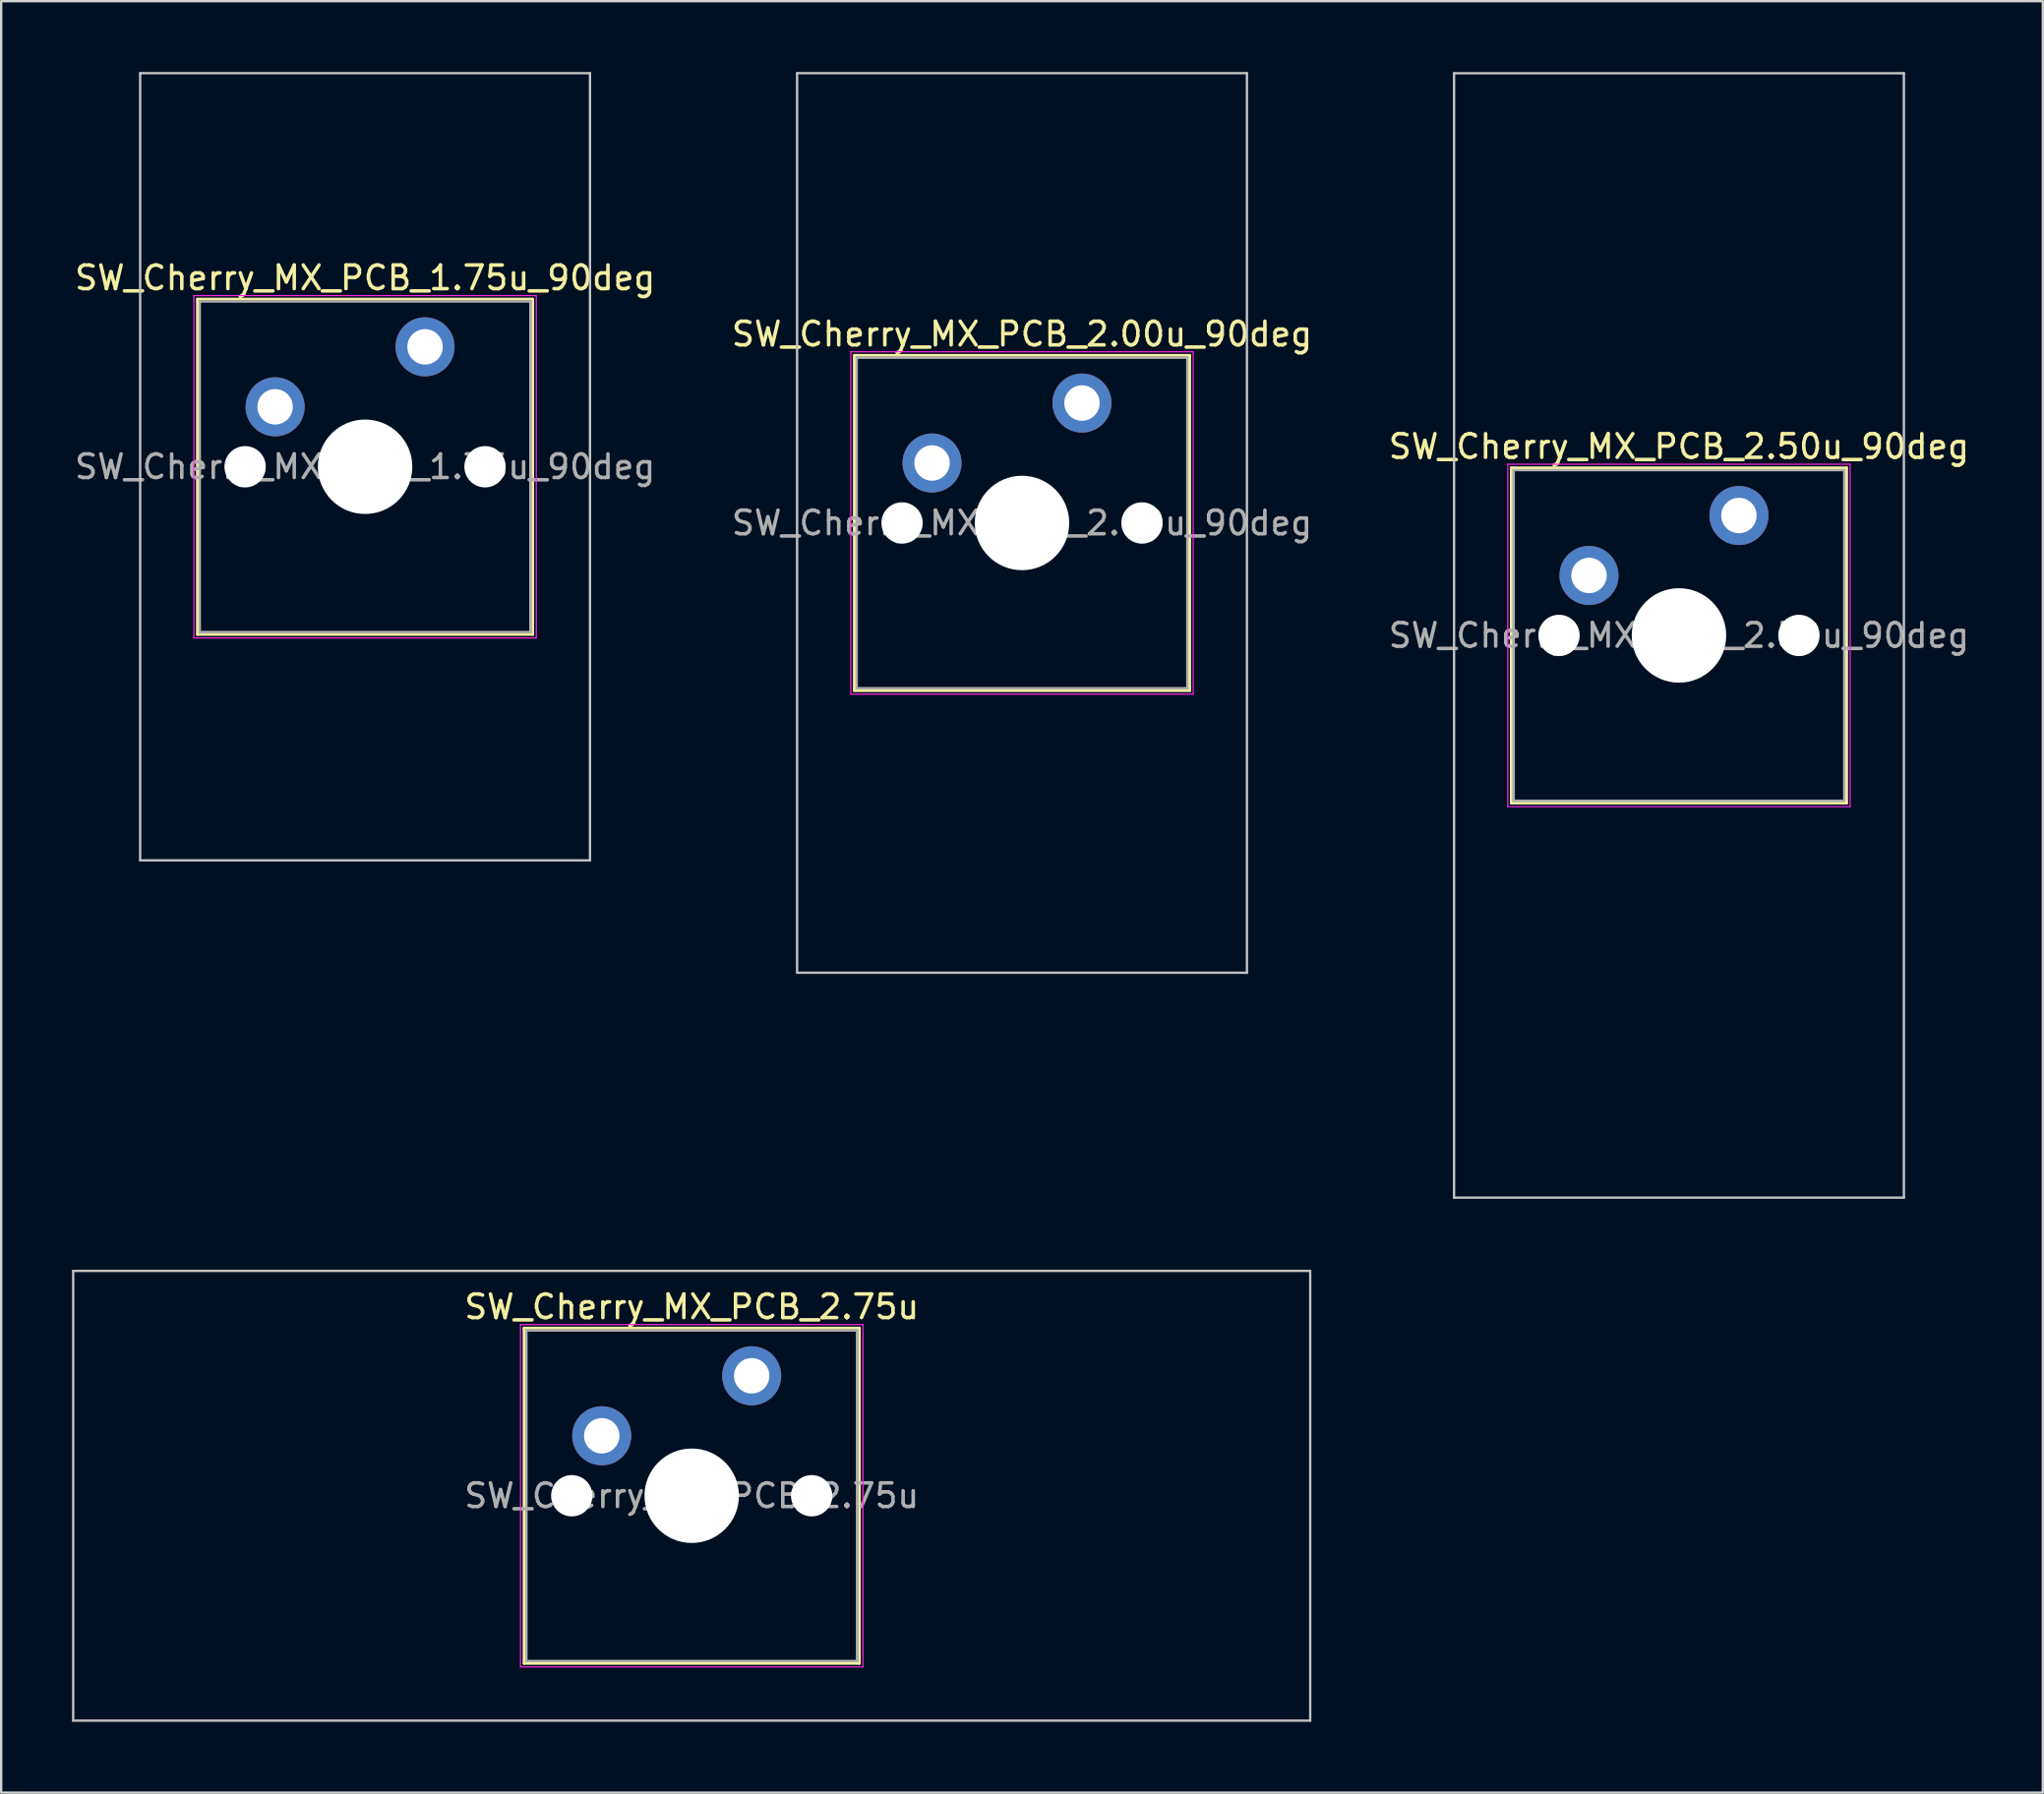
<source format=kicad_pcb>
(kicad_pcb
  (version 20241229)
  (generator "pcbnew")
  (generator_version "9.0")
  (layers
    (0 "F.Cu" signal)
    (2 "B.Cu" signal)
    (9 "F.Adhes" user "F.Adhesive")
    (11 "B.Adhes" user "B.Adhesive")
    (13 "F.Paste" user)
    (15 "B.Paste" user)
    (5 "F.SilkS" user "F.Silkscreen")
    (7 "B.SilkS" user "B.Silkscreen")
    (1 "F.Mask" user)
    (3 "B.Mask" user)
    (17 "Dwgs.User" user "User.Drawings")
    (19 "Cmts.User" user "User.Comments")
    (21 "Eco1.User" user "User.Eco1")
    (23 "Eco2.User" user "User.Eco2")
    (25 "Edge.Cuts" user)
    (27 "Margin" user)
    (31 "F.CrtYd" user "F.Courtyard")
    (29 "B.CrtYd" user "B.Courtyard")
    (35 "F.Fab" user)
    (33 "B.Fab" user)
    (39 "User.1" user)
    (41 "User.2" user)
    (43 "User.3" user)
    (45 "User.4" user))
  (footprint "SW_Cherry_MX_PCB_2.50u_90deg"
    (layer "F.Cu")
    (at 68.054 23.863)
    (property "Reference" "SW_Cherry_MX_PCB_2.50u_90deg" (at 0 -8 0) (layer "F.SilkS") (effects (font (size 1 1) (thickness 0.15))))
    (attr through_hole)
    (fp_line (start -7.1 -7.1) (end -7.1 7.1) (stroke (width 0.12) (type solid)) (layer "F.SilkS"))
    (fp_line (start -7.1 7.1) (end 7.1 7.1) (stroke (width 0.12) (type solid)) (layer "F.SilkS"))
    (fp_line (start 7.1 -7.1) (end -7.1 -7.1) (stroke (width 0.12) (type solid)) (layer "F.SilkS"))
    (fp_line (start 7.1 7.1) (end 7.1 -7.1) (stroke (width 0.12) (type solid)) (layer "F.SilkS"))
    (fp_line (start -9.525 -23.812) (end 9.525 -23.812) (stroke (width 0.1) (type solid)) (layer "Dwgs.User"))
    (fp_line (start -9.525 23.812) (end -9.525 -23.812) (stroke (width 0.1) (type solid)) (layer "Dwgs.User"))
    (fp_line (start 9.525 -23.812) (end 9.525 23.812) (stroke (width 0.1) (type solid)) (layer "Dwgs.User"))
    (fp_line (start 9.525 23.812) (end -9.525 23.812) (stroke (width 0.1) (type solid)) (layer "Dwgs.User"))
    (fp_line (start -7 -7) (end -7 7) (stroke (width 0.1) (type solid)) (layer "Eco1.User"))
    (fp_line (start -7 7) (end 7 7) (stroke (width 0.1) (type solid)) (layer "Eco1.User"))
    (fp_line (start 7 -7) (end -7 -7) (stroke (width 0.1) (type solid)) (layer "Eco1.User"))
    (fp_line (start 7 7) (end 7 -7) (stroke (width 0.1) (type solid)) (layer "Eco1.User"))
    (fp_line (start -7.25 -7.25) (end -7.25 7.25) (stroke (width 0.05) (type solid)) (layer "F.CrtYd"))
    (fp_line (start -7.25 7.25) (end 7.25 7.25) (stroke (width 0.05) (type solid)) (layer "F.CrtYd"))
    (fp_line (start 7.25 -7.25) (end -7.25 -7.25) (stroke (width 0.05) (type solid)) (layer "F.CrtYd"))
    (fp_line (start 7.25 7.25) (end 7.25 -7.25) (stroke (width 0.05) (type solid)) (layer "F.CrtYd"))
    (fp_line (start -7 -7) (end -7 7) (stroke (width 0.1) (type solid)) (layer "F.Fab"))
    (fp_line (start -7 7) (end 7 7) (stroke (width 0.1) (type solid)) (layer "F.Fab"))
    (fp_line (start 7 -7) (end -7 -7) (stroke (width 0.1) (type solid)) (layer "F.Fab"))
    (fp_line (start 7 7) (end 7 -7) (stroke (width 0.1) (type solid)) (layer "F.Fab"))
    (fp_text user "${REFERENCE}" (at 0 0 0) (layer "F.Fab") (effects (font (size 1 1) (thickness 0.15))))
    (pad "" np_thru_hole circle (at -5.08 0) (size 1.75 1.75) (drill 1.75) (layers "*.Cu" "*.Mask"))
    (pad "" np_thru_hole circle (at 0 0) (size 4 4) (drill 4) (layers "*.Cu" "*.Mask"))
    (pad "" np_thru_hole circle (at 5.08 0) (size 1.75 1.75) (drill 1.75) (layers "*.Cu" "*.Mask"))
    (pad "1" thru_hole circle (at -3.81 -2.54) (size 2.5 2.5) (drill 1.5) (layers "*.Cu" "*.Mask"))
    (pad "2" thru_hole circle (at 2.54 -5.08) (size 2.5 2.5) (drill 1.5) (layers "*.Cu" "*.Mask")))
  (footprint "SW_Cherry_MX_PCB_1.75u_90deg"
    (layer "F.Cu")
    (at 12.411 16.719)
    (property "Reference" "SW_Cherry_MX_PCB_1.75u_90deg" (at 0 -8 0) (layer "F.SilkS") (effects (font (size 1 1) (thickness 0.15))))
    (attr through_hole)
    (fp_line (start -7.1 -7.1) (end -7.1 7.1) (stroke (width 0.12) (type solid)) (layer "F.SilkS"))
    (fp_line (start -7.1 7.1) (end 7.1 7.1) (stroke (width 0.12) (type solid)) (layer "F.SilkS"))
    (fp_line (start 7.1 -7.1) (end -7.1 -7.1) (stroke (width 0.12) (type solid)) (layer "F.SilkS"))
    (fp_line (start 7.1 7.1) (end 7.1 -7.1) (stroke (width 0.12) (type solid)) (layer "F.SilkS"))
    (fp_line (start -9.525 -16.669) (end 9.525 -16.669) (stroke (width 0.1) (type solid)) (layer "Dwgs.User"))
    (fp_line (start -9.525 16.669) (end -9.525 -16.669) (stroke (width 0.1) (type solid)) (layer "Dwgs.User"))
    (fp_line (start 9.525 -16.669) (end 9.525 16.669) (stroke (width 0.1) (type solid)) (layer "Dwgs.User"))
    (fp_line (start 9.525 16.669) (end -9.525 16.669) (stroke (width 0.1) (type solid)) (layer "Dwgs.User"))
    (fp_line (start -7 -7) (end -7 7) (stroke (width 0.1) (type solid)) (layer "Eco1.User"))
    (fp_line (start -7 7) (end 7 7) (stroke (width 0.1) (type solid)) (layer "Eco1.User"))
    (fp_line (start 7 -7) (end -7 -7) (stroke (width 0.1) (type solid)) (layer "Eco1.User"))
    (fp_line (start 7 7) (end 7 -7) (stroke (width 0.1) (type solid)) (layer "Eco1.User"))
    (fp_line (start -7.25 -7.25) (end -7.25 7.25) (stroke (width 0.05) (type solid)) (layer "F.CrtYd"))
    (fp_line (start -7.25 7.25) (end 7.25 7.25) (stroke (width 0.05) (type solid)) (layer "F.CrtYd"))
    (fp_line (start 7.25 -7.25) (end -7.25 -7.25) (stroke (width 0.05) (type solid)) (layer "F.CrtYd"))
    (fp_line (start 7.25 7.25) (end 7.25 -7.25) (stroke (width 0.05) (type solid)) (layer "F.CrtYd"))
    (fp_line (start -7 -7) (end -7 7) (stroke (width 0.1) (type solid)) (layer "F.Fab"))
    (fp_line (start -7 7) (end 7 7) (stroke (width 0.1) (type solid)) (layer "F.Fab"))
    (fp_line (start 7 -7) (end -7 -7) (stroke (width 0.1) (type solid)) (layer "F.Fab"))
    (fp_line (start 7 7) (end 7 -7) (stroke (width 0.1) (type solid)) (layer "F.Fab"))
    (fp_text user "${REFERENCE}" (at 0 0 0) (layer "F.Fab") (effects (font (size 1 1) (thickness 0.15))))
    (pad "" np_thru_hole circle (at -5.08 0) (size 1.75 1.75) (drill 1.75) (layers "*.Cu" "*.Mask"))
    (pad "" np_thru_hole circle (at 0 0) (size 4 4) (drill 4) (layers "*.Cu" "*.Mask"))
    (pad "" np_thru_hole circle (at 5.08 0) (size 1.75 1.75) (drill 1.75) (layers "*.Cu" "*.Mask"))
    (pad "1" thru_hole circle (at -3.81 -2.54) (size 2.5 2.5) (drill 1.5) (layers "*.Cu" "*.Mask"))
    (pad "2" thru_hole circle (at 2.54 -5.08) (size 2.5 2.5) (drill 1.5) (layers "*.Cu" "*.Mask")))
  (footprint "SW_Cherry_MX_PCB_2.75u"
    (layer "F.Cu")
    (at 26.244 60.3)
    (property "Reference" "SW_Cherry_MX_PCB_2.75u" (at 0 -8 0) (layer "F.SilkS") (effects (font (size 1 1) (thickness 0.15))))
    (attr through_hole)
    (fp_line (start -7.1 -7.1) (end -7.1 7.1) (stroke (width 0.12) (type solid)) (layer "F.SilkS"))
    (fp_line (start -7.1 7.1) (end 7.1 7.1) (stroke (width 0.12) (type solid)) (layer "F.SilkS"))
    (fp_line (start 7.1 -7.1) (end -7.1 -7.1) (stroke (width 0.12) (type solid)) (layer "F.SilkS"))
    (fp_line (start 7.1 7.1) (end 7.1 -7.1) (stroke (width 0.12) (type solid)) (layer "F.SilkS"))
    (fp_line (start -26.194 -9.525) (end -26.194 9.525) (stroke (width 0.1) (type solid)) (layer "Dwgs.User"))
    (fp_line (start -26.194 9.525) (end 26.194 9.525) (stroke (width 0.1) (type solid)) (layer "Dwgs.User"))
    (fp_line (start 26.194 -9.525) (end -26.194 -9.525) (stroke (width 0.1) (type solid)) (layer "Dwgs.User"))
    (fp_line (start 26.194 9.525) (end 26.194 -9.525) (stroke (width 0.1) (type solid)) (layer "Dwgs.User"))
    (fp_line (start -7 -7) (end -7 7) (stroke (width 0.1) (type solid)) (layer "Eco1.User"))
    (fp_line (start -7 7) (end 7 7) (stroke (width 0.1) (type solid)) (layer "Eco1.User"))
    (fp_line (start 7 -7) (end -7 -7) (stroke (width 0.1) (type solid)) (layer "Eco1.User"))
    (fp_line (start 7 7) (end 7 -7) (stroke (width 0.1) (type solid)) (layer "Eco1.User"))
    (fp_line (start -7.25 -7.25) (end -7.25 7.25) (stroke (width 0.05) (type solid)) (layer "F.CrtYd"))
    (fp_line (start -7.25 7.25) (end 7.25 7.25) (stroke (width 0.05) (type solid)) (layer "F.CrtYd"))
    (fp_line (start 7.25 -7.25) (end -7.25 -7.25) (stroke (width 0.05) (type solid)) (layer "F.CrtYd"))
    (fp_line (start 7.25 7.25) (end 7.25 -7.25) (stroke (width 0.05) (type solid)) (layer "F.CrtYd"))
    (fp_line (start -7 -7) (end -7 7) (stroke (width 0.1) (type solid)) (layer "F.Fab"))
    (fp_line (start -7 7) (end 7 7) (stroke (width 0.1) (type solid)) (layer "F.Fab"))
    (fp_line (start 7 -7) (end -7 -7) (stroke (width 0.1) (type solid)) (layer "F.Fab"))
    (fp_line (start 7 7) (end 7 -7) (stroke (width 0.1) (type solid)) (layer "F.Fab"))
    (fp_text user "${REFERENCE}" (at 0 0 0) (layer "F.Fab") (effects (font (size 1 1) (thickness 0.15))))
    (pad "" np_thru_hole circle (at -5.08 0) (size 1.75 1.75) (drill 1.75) (layers "*.Cu" "*.Mask"))
    (pad "" np_thru_hole circle (at 0 0) (size 4 4) (drill 4) (layers "*.Cu" "*.Mask"))
    (pad "" np_thru_hole circle (at 5.08 0) (size 1.75 1.75) (drill 1.75) (layers "*.Cu" "*.Mask"))
    (pad "1" thru_hole circle (at -3.81 -2.54) (size 2.5 2.5) (drill 1.5) (layers "*.Cu" "*.Mask"))
    (pad "2" thru_hole circle (at 2.54 -5.08) (size 2.5 2.5) (drill 1.5) (layers "*.Cu" "*.Mask")))
  (footprint "SW_Cherry_MX_PCB_2.00u_90deg"
    (layer "F.Cu")
    (at 40.232 19.1)
    (property "Reference" "SW_Cherry_MX_PCB_2.00u_90deg" (at 0 -8 0) (layer "F.SilkS") (effects (font (size 1 1) (thickness 0.15))))
    (attr through_hole)
    (fp_line (start -7.1 -7.1) (end -7.1 7.1) (stroke (width 0.12) (type solid)) (layer "F.SilkS"))
    (fp_line (start -7.1 7.1) (end 7.1 7.1) (stroke (width 0.12) (type solid)) (layer "F.SilkS"))
    (fp_line (start 7.1 -7.1) (end -7.1 -7.1) (stroke (width 0.12) (type solid)) (layer "F.SilkS"))
    (fp_line (start 7.1 7.1) (end 7.1 -7.1) (stroke (width 0.12) (type solid)) (layer "F.SilkS"))
    (fp_line (start -9.525 -19.05) (end 9.525 -19.05) (stroke (width 0.1) (type solid)) (layer "Dwgs.User"))
    (fp_line (start -9.525 19.05) (end -9.525 -19.05) (stroke (width 0.1) (type solid)) (layer "Dwgs.User"))
    (fp_line (start 9.525 -19.05) (end 9.525 19.05) (stroke (width 0.1) (type solid)) (layer "Dwgs.User"))
    (fp_line (start 9.525 19.05) (end -9.525 19.05) (stroke (width 0.1) (type solid)) (layer "Dwgs.User"))
    (fp_line (start -7 -7) (end -7 7) (stroke (width 0.1) (type solid)) (layer "Eco1.User"))
    (fp_line (start -7 7) (end 7 7) (stroke (width 0.1) (type solid)) (layer "Eco1.User"))
    (fp_line (start 7 -7) (end -7 -7) (stroke (width 0.1) (type solid)) (layer "Eco1.User"))
    (fp_line (start 7 7) (end 7 -7) (stroke (width 0.1) (type solid)) (layer "Eco1.User"))
    (fp_line (start -7.25 -7.25) (end -7.25 7.25) (stroke (width 0.05) (type solid)) (layer "F.CrtYd"))
    (fp_line (start -7.25 7.25) (end 7.25 7.25) (stroke (width 0.05) (type solid)) (layer "F.CrtYd"))
    (fp_line (start 7.25 -7.25) (end -7.25 -7.25) (stroke (width 0.05) (type solid)) (layer "F.CrtYd"))
    (fp_line (start 7.25 7.25) (end 7.25 -7.25) (stroke (width 0.05) (type solid)) (layer "F.CrtYd"))
    (fp_line (start -7 -7) (end -7 7) (stroke (width 0.1) (type solid)) (layer "F.Fab"))
    (fp_line (start -7 7) (end 7 7) (stroke (width 0.1) (type solid)) (layer "F.Fab"))
    (fp_line (start 7 -7) (end -7 -7) (stroke (width 0.1) (type solid)) (layer "F.Fab"))
    (fp_line (start 7 7) (end 7 -7) (stroke (width 0.1) (type solid)) (layer "F.Fab"))
    (fp_text user "${REFERENCE}" (at 0 0 0) (layer "F.Fab") (effects (font (size 1 1) (thickness 0.15))))
    (pad "" np_thru_hole circle (at -5.08 0) (size 1.75 1.75) (drill 1.75) (layers "*.Cu" "*.Mask"))
    (pad "" np_thru_hole circle (at 0 0) (size 4 4) (drill 4) (layers "*.Cu" "*.Mask"))
    (pad "" np_thru_hole circle (at 5.08 0) (size 1.75 1.75) (drill 1.75) (layers "*.Cu" "*.Mask"))
    (pad "1" thru_hole circle (at -3.81 -2.54) (size 2.5 2.5) (drill 1.5) (layers "*.Cu" "*.Mask"))
    (pad "2" thru_hole circle (at 2.54 -5.08) (size 2.5 2.5) (drill 1.5) (layers "*.Cu" "*.Mask")))
  (gr_rect
    (start -3 -3)
    (end 83.464 72.875)
    (stroke (width 0.1) (type default))
    (fill no)
    (layer "Edge.Cuts")))
</source>
